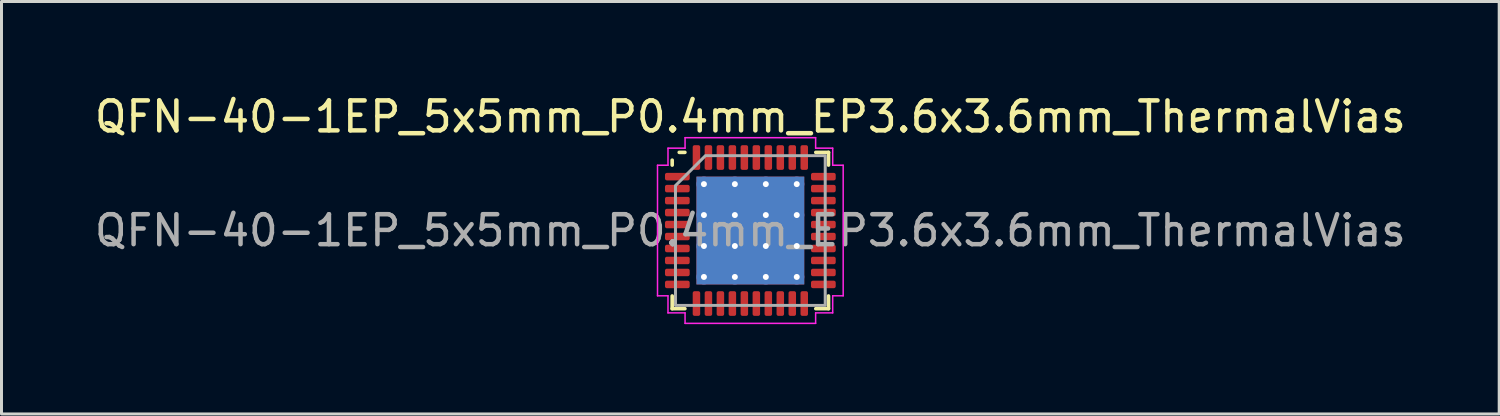
<source format=kicad_pcb>
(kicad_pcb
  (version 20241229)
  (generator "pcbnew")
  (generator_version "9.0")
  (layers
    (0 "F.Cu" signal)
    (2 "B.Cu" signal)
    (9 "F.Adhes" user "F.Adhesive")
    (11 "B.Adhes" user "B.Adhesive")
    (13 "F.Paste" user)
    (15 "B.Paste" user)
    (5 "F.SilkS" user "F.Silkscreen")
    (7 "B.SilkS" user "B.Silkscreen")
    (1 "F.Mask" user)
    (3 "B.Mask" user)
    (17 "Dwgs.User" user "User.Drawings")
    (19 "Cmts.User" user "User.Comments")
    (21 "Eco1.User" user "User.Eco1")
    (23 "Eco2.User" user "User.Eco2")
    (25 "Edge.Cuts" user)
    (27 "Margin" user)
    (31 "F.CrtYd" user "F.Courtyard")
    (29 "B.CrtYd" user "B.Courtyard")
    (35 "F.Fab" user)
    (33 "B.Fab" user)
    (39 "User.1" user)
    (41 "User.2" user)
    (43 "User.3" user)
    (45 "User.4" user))
  (footprint "QFN-40-1EP_5x5mm_P0.4mm_EP3.6x3.6mm_ThermalVias"
    (layer "F.Cu")
    (at 22.006 4.648)
    (property "Reference" "QFN-40-1EP_5x5mm_P0.4mm_EP3.6x3.6mm_ThermalVias" (at 0 -3.8 0) (layer "F.SilkS") (effects (font (size 1 1) (thickness 0.15))))
    (attr smd)
    (fp_line (start -2.61 -2.185) (end -2.61 -2.35) (stroke (width 0.12) (type solid)) (layer "F.SilkS"))
    (fp_line (start -2.61 2.61) (end -2.61 2.185) (stroke (width 0.12) (type solid)) (layer "F.SilkS"))
    (fp_line (start -2.375 -2.61) (end -2.185 -2.61) (stroke (width 0.12) (type solid)) (layer "F.SilkS"))
    (fp_line (start -2.185 2.61) (end -2.61 2.61) (stroke (width 0.12) (type solid)) (layer "F.SilkS"))
    (fp_line (start 2.185 -2.61) (end 2.61 -2.61) (stroke (width 0.12) (type solid)) (layer "F.SilkS"))
    (fp_line (start 2.61 -2.61) (end 2.61 -2.185) (stroke (width 0.12) (type solid)) (layer "F.SilkS"))
    (fp_line (start 2.61 2.185) (end 2.61 2.61) (stroke (width 0.12) (type solid)) (layer "F.SilkS"))
    (fp_line (start 2.61 2.61) (end 2.185 2.61) (stroke (width 0.12) (type solid)) (layer "F.SilkS"))
    (fp_line (start -3.1 -2.18) (end -2.75 -2.18) (stroke (width 0.05) (type solid)) (layer "F.CrtYd"))
    (fp_line (start -3.1 2.18) (end -3.1 -2.18) (stroke (width 0.05) (type solid)) (layer "F.CrtYd"))
    (fp_line (start -2.75 -2.75) (end -2.18 -2.75) (stroke (width 0.05) (type solid)) (layer "F.CrtYd"))
    (fp_line (start -2.75 -2.18) (end -2.75 -2.75) (stroke (width 0.05) (type solid)) (layer "F.CrtYd"))
    (fp_line (start -2.75 2.18) (end -3.1 2.18) (stroke (width 0.05) (type solid)) (layer "F.CrtYd"))
    (fp_line (start -2.75 2.75) (end -2.75 2.18) (stroke (width 0.05) (type solid)) (layer "F.CrtYd"))
    (fp_line (start -2.18 -3.1) (end 2.18 -3.1) (stroke (width 0.05) (type solid)) (layer "F.CrtYd"))
    (fp_line (start -2.18 -2.75) (end -2.18 -3.1) (stroke (width 0.05) (type solid)) (layer "F.CrtYd"))
    (fp_line (start -2.18 2.75) (end -2.75 2.75) (stroke (width 0.05) (type solid)) (layer "F.CrtYd"))
    (fp_line (start -2.18 3.1) (end -2.18 2.75) (stroke (width 0.05) (type solid)) (layer "F.CrtYd"))
    (fp_line (start 2.18 -3.1) (end 2.18 -2.75) (stroke (width 0.05) (type solid)) (layer "F.CrtYd"))
    (fp_line (start 2.18 -2.75) (end 2.75 -2.75) (stroke (width 0.05) (type solid)) (layer "F.CrtYd"))
    (fp_line (start 2.18 2.75) (end 2.18 3.1) (stroke (width 0.05) (type solid)) (layer "F.CrtYd"))
    (fp_line (start 2.18 3.1) (end -2.18 3.1) (stroke (width 0.05) (type solid)) (layer "F.CrtYd"))
    (fp_line (start 2.75 -2.75) (end 2.75 -2.18) (stroke (width 0.05) (type solid)) (layer "F.CrtYd"))
    (fp_line (start 2.75 -2.18) (end 3.1 -2.18) (stroke (width 0.05) (type solid)) (layer "F.CrtYd"))
    (fp_line (start 2.75 2.18) (end 2.75 2.75) (stroke (width 0.05) (type solid)) (layer "F.CrtYd"))
    (fp_line (start 2.75 2.75) (end 2.18 2.75) (stroke (width 0.05) (type solid)) (layer "F.CrtYd"))
    (fp_line (start 3.1 -2.18) (end 3.1 2.18) (stroke (width 0.05) (type solid)) (layer "F.CrtYd"))
    (fp_line (start 3.1 2.18) (end 2.75 2.18) (stroke (width 0.05) (type solid)) (layer "F.CrtYd"))
    (fp_poly (pts (xy -2.5 -1.5) (xy -2.5 2.5) (xy 2.5 2.5) (xy 2.5 -2.5) (xy -1.5 -2.5)) (stroke (width 0.1) (type solid)) (fill no) (layer "F.Fab"))
    (fp_text user "${REFERENCE}" (at 0 0 0) (layer "F.Fab") (effects (font (size 1 1) (thickness 0.15))))
    (pad "" smd roundrect (at -1.2 -1.2) (size 0.93 0.93) (layers "F.Paste") (roundrect_rratio 0.25))
    (pad "" smd roundrect (at -1.2 0) (size 0.93 0.93) (layers "F.Paste") (roundrect_rratio 0.25))
    (pad "" smd roundrect (at -1.2 1.2) (size 0.93 0.93) (layers "F.Paste") (roundrect_rratio 0.25))
    (pad "" smd roundrect (at 0 -1.2) (size 0.93 0.93) (layers "F.Paste") (roundrect_rratio 0.25))
    (pad "" smd roundrect (at 0 0) (size 0.93 0.93) (layers "F.Paste") (roundrect_rratio 0.25))
    (pad "" smd roundrect (at 0 1.2) (size 0.93 0.93) (layers "F.Paste") (roundrect_rratio 0.25))
    (pad "" smd roundrect (at 1.2 -1.2) (size 0.93 0.93) (layers "F.Paste") (roundrect_rratio 0.25))
    (pad "" smd roundrect (at 1.2 0) (size 0.93 0.93) (layers "F.Paste") (roundrect_rratio 0.25))
    (pad "" smd roundrect (at 1.2 1.2) (size 0.93 0.93) (layers "F.Paste") (roundrect_rratio 0.25))
    (pad "1" smd roundrect (at -2.438 -1.8) (size 0.825 0.25) (layers "F.Cu" "F.Mask" "F.Paste") (roundrect_rratio 0.25))
    (pad "2" smd roundrect (at -2.438 -1.4) (size 0.825 0.25) (layers "F.Cu" "F.Mask" "F.Paste") (roundrect_rratio 0.25))
    (pad "3" smd roundrect (at -2.438 -1) (size 0.825 0.25) (layers "F.Cu" "F.Mask" "F.Paste") (roundrect_rratio 0.25))
    (pad "4" smd roundrect (at -2.438 -0.6) (size 0.825 0.25) (layers "F.Cu" "F.Mask" "F.Paste") (roundrect_rratio 0.25))
    (pad "5" smd roundrect (at -2.438 -0.2) (size 0.825 0.25) (layers "F.Cu" "F.Mask" "F.Paste") (roundrect_rratio 0.25))
    (pad "6" smd roundrect (at -2.438 0.2) (size 0.825 0.25) (layers "F.Cu" "F.Mask" "F.Paste") (roundrect_rratio 0.25))
    (pad "7" smd roundrect (at -2.438 0.6) (size 0.825 0.25) (layers "F.Cu" "F.Mask" "F.Paste") (roundrect_rratio 0.25))
    (pad "8" smd roundrect (at -2.438 1) (size 0.825 0.25) (layers "F.Cu" "F.Mask" "F.Paste") (roundrect_rratio 0.25))
    (pad "9" smd roundrect (at -2.438 1.4) (size 0.825 0.25) (layers "F.Cu" "F.Mask" "F.Paste") (roundrect_rratio 0.25))
    (pad "10" smd roundrect (at -2.438 1.8) (size 0.825 0.25) (layers "F.Cu" "F.Mask" "F.Paste") (roundrect_rratio 0.25))
    (pad "11" smd roundrect (at -1.8 2.438) (size 0.25 0.825) (layers "F.Cu" "F.Mask" "F.Paste") (roundrect_rratio 0.25))
    (pad "12" smd roundrect (at -1.4 2.438) (size 0.25 0.825) (layers "F.Cu" "F.Mask" "F.Paste") (roundrect_rratio 0.25))
    (pad "13" smd roundrect (at -1 2.438) (size 0.25 0.825) (layers "F.Cu" "F.Mask" "F.Paste") (roundrect_rratio 0.25))
    (pad "14" smd roundrect (at -0.6 2.438) (size 0.25 0.825) (layers "F.Cu" "F.Mask" "F.Paste") (roundrect_rratio 0.25))
    (pad "15" smd roundrect (at -0.2 2.438) (size 0.25 0.825) (layers "F.Cu" "F.Mask" "F.Paste") (roundrect_rratio 0.25))
    (pad "16" smd roundrect (at 0.2 2.438) (size 0.25 0.825) (layers "F.Cu" "F.Mask" "F.Paste") (roundrect_rratio 0.25))
    (pad "17" smd roundrect (at 0.6 2.438) (size 0.25 0.825) (layers "F.Cu" "F.Mask" "F.Paste") (roundrect_rratio 0.25))
    (pad "18" smd roundrect (at 1 2.438) (size 0.25 0.825) (layers "F.Cu" "F.Mask" "F.Paste") (roundrect_rratio 0.25))
    (pad "19" smd roundrect (at 1.4 2.438) (size 0.25 0.825) (layers "F.Cu" "F.Mask" "F.Paste") (roundrect_rratio 0.25))
    (pad "20" smd roundrect (at 1.8 2.438) (size 0.25 0.825) (layers "F.Cu" "F.Mask" "F.Paste") (roundrect_rratio 0.25))
    (pad "21" smd roundrect (at 2.438 1.8) (size 0.825 0.25) (layers "F.Cu" "F.Mask" "F.Paste") (roundrect_rratio 0.25))
    (pad "22" smd roundrect (at 2.438 1.4) (size 0.825 0.25) (layers "F.Cu" "F.Mask" "F.Paste") (roundrect_rratio 0.25))
    (pad "23" smd roundrect (at 2.438 1) (size 0.825 0.25) (layers "F.Cu" "F.Mask" "F.Paste") (roundrect_rratio 0.25))
    (pad "24" smd roundrect (at 2.438 0.6) (size 0.825 0.25) (layers "F.Cu" "F.Mask" "F.Paste") (roundrect_rratio 0.25))
    (pad "25" smd roundrect (at 2.438 0.2) (size 0.825 0.25) (layers "F.Cu" "F.Mask" "F.Paste") (roundrect_rratio 0.25))
    (pad "26" smd roundrect (at 2.438 -0.2) (size 0.825 0.25) (layers "F.Cu" "F.Mask" "F.Paste") (roundrect_rratio 0.25))
    (pad "27" smd roundrect (at 2.438 -0.6) (size 0.825 0.25) (layers "F.Cu" "F.Mask" "F.Paste") (roundrect_rratio 0.25))
    (pad "28" smd roundrect (at 2.438 -1) (size 0.825 0.25) (layers "F.Cu" "F.Mask" "F.Paste") (roundrect_rratio 0.25))
    (pad "29" smd roundrect (at 2.438 -1.4) (size 0.825 0.25) (layers "F.Cu" "F.Mask" "F.Paste") (roundrect_rratio 0.25))
    (pad "30" smd roundrect (at 2.438 -1.8) (size 0.825 0.25) (layers "F.Cu" "F.Mask" "F.Paste") (roundrect_rratio 0.25))
    (pad "31" smd roundrect (at 1.8 -2.438) (size 0.25 0.825) (layers "F.Cu" "F.Mask" "F.Paste") (roundrect_rratio 0.25))
    (pad "32" smd roundrect (at 1.4 -2.438) (size 0.25 0.825) (layers "F.Cu" "F.Mask" "F.Paste") (roundrect_rratio 0.25))
    (pad "33" smd roundrect (at 1 -2.438) (size 0.25 0.825) (layers "F.Cu" "F.Mask" "F.Paste") (roundrect_rratio 0.25))
    (pad "34" smd roundrect (at 0.6 -2.438) (size 0.25 0.825) (layers "F.Cu" "F.Mask" "F.Paste") (roundrect_rratio 0.25))
    (pad "35" smd roundrect (at 0.2 -2.438) (size 0.25 0.825) (layers "F.Cu" "F.Mask" "F.Paste") (roundrect_rratio 0.25))
    (pad "36" smd roundrect (at -0.2 -2.438) (size 0.25 0.825) (layers "F.Cu" "F.Mask" "F.Paste") (roundrect_rratio 0.25))
    (pad "37" smd roundrect (at -0.6 -2.438) (size 0.25 0.825) (layers "F.Cu" "F.Mask" "F.Paste") (roundrect_rratio 0.25))
    (pad "38" smd roundrect (at -1 -2.438) (size 0.25 0.825) (layers "F.Cu" "F.Mask" "F.Paste") (roundrect_rratio 0.25))
    (pad "39" smd roundrect (at -1.4 -2.438) (size 0.25 0.825) (layers "F.Cu" "F.Mask" "F.Paste") (roundrect_rratio 0.25))
    (pad "40" smd roundrect (at -1.8 -2.438) (size 0.25 0.825) (layers "F.Cu" "F.Mask" "F.Paste") (roundrect_rratio 0.25))
    (pad "41" thru_hole circle (at -1.55 -1.55) (size 0.5 0.5) (drill 0.2) (property pad_prop_heatsink) (layers "*.Cu"))
    (pad "41" thru_hole circle (at -1.55 -0.517) (size 0.5 0.5) (drill 0.2) (property pad_prop_heatsink) (layers "*.Cu"))
    (pad "41" thru_hole circle (at -1.55 0.517) (size 0.5 0.5) (drill 0.2) (property pad_prop_heatsink) (layers "*.Cu"))
    (pad "41" thru_hole circle (at -1.55 1.55) (size 0.5 0.5) (drill 0.2) (property pad_prop_heatsink) (layers "*.Cu"))
    (pad "41" thru_hole circle (at -0.517 -1.55) (size 0.5 0.5) (drill 0.2) (property pad_prop_heatsink) (layers "*.Cu"))
    (pad "41" thru_hole circle (at -0.517 -0.517) (size 0.5 0.5) (drill 0.2) (property pad_prop_heatsink) (layers "*.Cu"))
    (pad "41" thru_hole circle (at -0.517 0.517) (size 0.5 0.5) (drill 0.2) (property pad_prop_heatsink) (layers "*.Cu"))
    (pad "41" thru_hole circle (at -0.517 1.55) (size 0.5 0.5) (drill 0.2) (property pad_prop_heatsink) (layers "*.Cu"))
    (pad "41" smd rect (at 0 0) (size 3.6 3.6) (property pad_prop_heatsink) (layers "F.Cu" "F.Mask"))
    (pad "41" smd rect (at 0 0) (size 3.6 3.6) (property pad_prop_heatsink) (layers "B.Cu"))
    (pad "41" thru_hole circle (at 0.517 -1.55) (size 0.5 0.5) (drill 0.2) (property pad_prop_heatsink) (layers "*.Cu"))
    (pad "41" thru_hole circle (at 0.517 -0.517) (size 0.5 0.5) (drill 0.2) (property pad_prop_heatsink) (layers "*.Cu"))
    (pad "41" thru_hole circle (at 0.517 0.517) (size 0.5 0.5) (drill 0.2) (property pad_prop_heatsink) (layers "*.Cu"))
    (pad "41" thru_hole circle (at 0.517 1.55) (size 0.5 0.5) (drill 0.2) (property pad_prop_heatsink) (layers "*.Cu"))
    (pad "41" thru_hole circle (at 1.55 -1.55) (size 0.5 0.5) (drill 0.2) (property pad_prop_heatsink) (layers "*.Cu"))
    (pad "41" thru_hole circle (at 1.55 -0.517) (size 0.5 0.5) (drill 0.2) (property pad_prop_heatsink) (layers "*.Cu"))
    (pad "41" thru_hole circle (at 1.55 0.517) (size 0.5 0.5) (drill 0.2) (property pad_prop_heatsink) (layers "*.Cu"))
    (pad "41" thru_hole circle (at 1.55 1.55) (size 0.5 0.5) (drill 0.2) (property pad_prop_heatsink) (layers "*.Cu")))
  (gr_rect
    (start -3 -3)
    (end 47.012 10.773)
    (stroke (width 0.1) (type default))
    (fill no)
    (layer "Edge.Cuts")))
</source>
